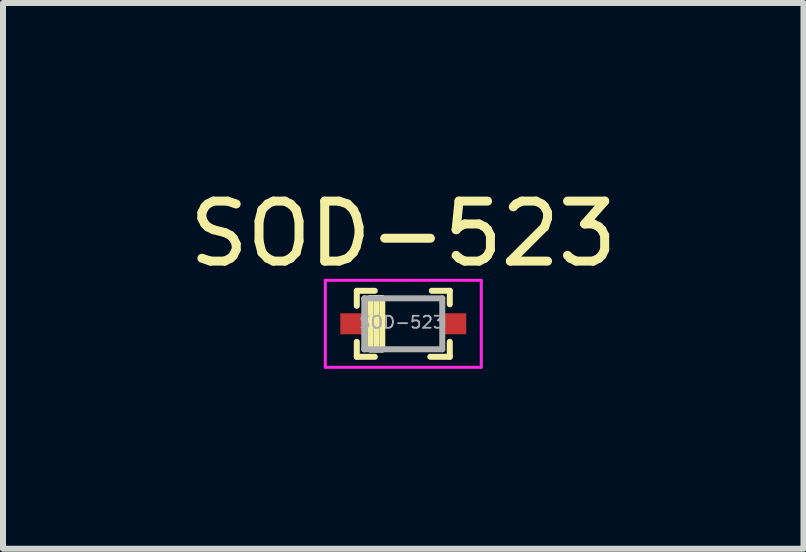
<source format=kicad_pcb>
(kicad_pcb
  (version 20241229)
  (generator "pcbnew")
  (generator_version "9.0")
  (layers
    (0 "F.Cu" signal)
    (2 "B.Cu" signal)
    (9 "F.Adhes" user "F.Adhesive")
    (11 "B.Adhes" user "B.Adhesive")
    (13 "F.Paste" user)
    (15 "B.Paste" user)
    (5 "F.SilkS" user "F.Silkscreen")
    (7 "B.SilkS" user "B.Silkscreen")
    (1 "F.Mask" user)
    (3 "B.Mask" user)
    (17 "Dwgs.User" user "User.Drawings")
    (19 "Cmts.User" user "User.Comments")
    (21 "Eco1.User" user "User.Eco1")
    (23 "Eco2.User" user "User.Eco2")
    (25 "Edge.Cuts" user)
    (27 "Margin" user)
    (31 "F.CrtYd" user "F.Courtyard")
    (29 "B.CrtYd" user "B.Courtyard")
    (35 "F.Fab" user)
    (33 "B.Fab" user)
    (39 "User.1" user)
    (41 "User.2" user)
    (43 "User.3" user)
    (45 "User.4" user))
  (footprint "SOD-523"
    (layer "F.Cu")
    (at 3.673 2.348)
    (property "Reference" "SOD-523" (at 0 -1.5 0) (layer "F.SilkS") (effects (font (size 1 1) (thickness 0.15))))
    (attr smd)
    (fp_line (start -0.775 -0.55) (end -0.775 -0.3) (stroke (width 0.1) (type solid)) (layer "F.SilkS"))
    (fp_line (start -0.775 0.3) (end -0.775 0.55) (stroke (width 0.1) (type solid)) (layer "F.SilkS"))
    (fp_line (start -0.55 -0.43) (end -0.35 -0.43) (stroke (width 0.1) (type solid)) (layer "F.SilkS"))
    (fp_line (start -0.55 0.425) (end -0.55 -0.425) (stroke (width 0.1) (type solid)) (layer "F.SilkS"))
    (fp_line (start -0.55 0.43) (end -0.35 0.43) (stroke (width 0.1) (type solid)) (layer "F.SilkS"))
    (fp_line (start -0.475 -0.55) (end -0.775 -0.55) (stroke (width 0.1) (type solid)) (layer "F.SilkS"))
    (fp_line (start -0.475 0.55) (end -0.775 0.55) (stroke (width 0.1) (type solid)) (layer "F.SilkS"))
    (fp_line (start -0.45 0.425) (end -0.45 -0.425) (stroke (width 0.1) (type solid)) (layer "F.SilkS"))
    (fp_line (start -0.35 0.425) (end -0.35 -0.425) (stroke (width 0.1) (type solid)) (layer "F.SilkS"))
    (fp_line (start 0.475 -0.55) (end 0.775 -0.55) (stroke (width 0.1) (type solid)) (layer "F.SilkS"))
    (fp_line (start 0.775 -0.55) (end 0.775 -0.325) (stroke (width 0.1) (type solid)) (layer "F.SilkS"))
    (fp_line (start 0.775 0.55) (end 0.45 0.55) (stroke (width 0.1) (type solid)) (layer "F.SilkS"))
    (fp_line (start 0.775 0.55) (end 0.775 0.3) (stroke (width 0.1) (type solid)) (layer "F.SilkS"))
    (fp_line (start -1.3 -0.725) (end 1.3 -0.725) (stroke (width 0.05) (type solid)) (layer "F.CrtYd"))
    (fp_line (start -1.3 0.725) (end -1.3 -0.725) (stroke (width 0.05) (type solid)) (layer "F.CrtYd"))
    (fp_line (start 1.3 -0.725) (end 1.3 0.725) (stroke (width 0.05) (type solid)) (layer "F.CrtYd"))
    (fp_line (start 1.3 0.725) (end -1.3 0.725) (stroke (width 0.05) (type solid)) (layer "F.CrtYd"))
    (fp_line (start -0.65 -0.425) (end 0.65 -0.425) (stroke (width 0.1) (type solid)) (layer "F.Fab"))
    (fp_line (start -0.65 0.425) (end -0.65 -0.425) (stroke (width 0.1) (type solid)) (layer "F.Fab"))
    (fp_line (start -0.65 0.425) (end 0.65 0.425) (stroke (width 0.1) (type solid)) (layer "F.Fab"))
    (fp_line (start 0.65 -0.425) (end 0.65 0.425) (stroke (width 0.1) (type solid)) (layer "F.Fab"))
    (fp_text user "${REFERENCE}" (at -0.025 -0.025 0) (layer "F.Fab") (effects (font (size 0.2 0.2) (thickness 0.03))))
    (pad "A" smd rect (at 0.85 0) (size 0.4 0.35) (layers "F.Cu" "F.Mask" "F.Paste"))
    (pad "K" smd rect (at -0.85 0) (size 0.4 0.35) (layers "F.Cu" "F.Mask" "F.Paste")))
  (gr_rect
    (start -3 -3)
    (end 10.345 6.098)
    (stroke (width 0.1) (type default))
    (fill no)
    (layer "Edge.Cuts")))
</source>
